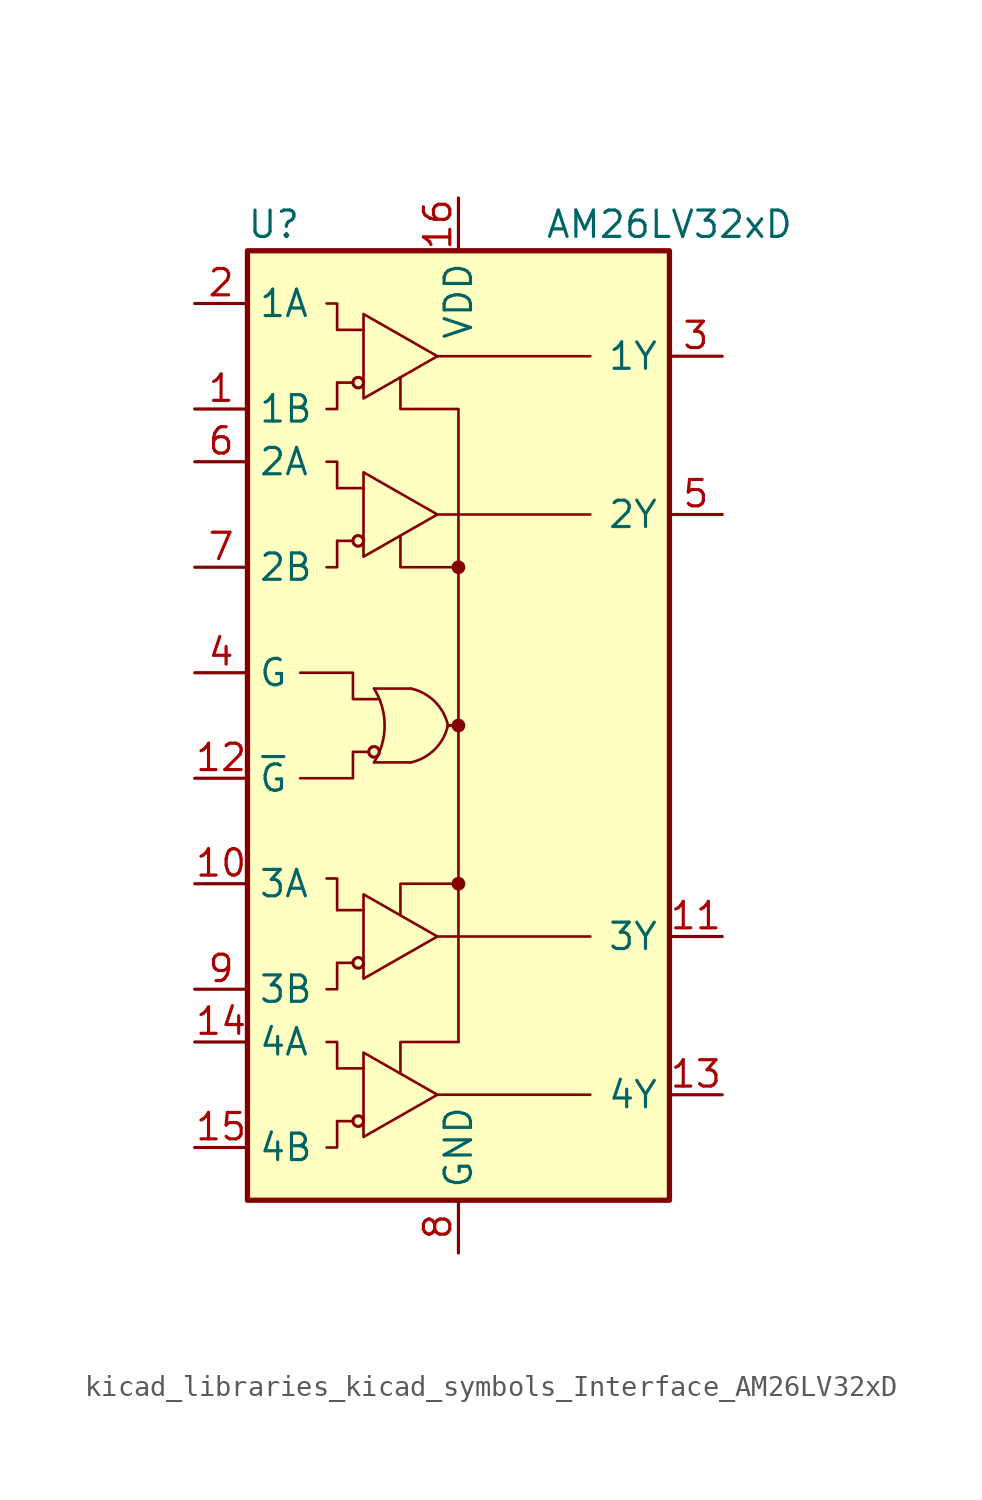
<source format=kicad_sym>
(kicad_symbol_lib
  (version 20220914)
  (generator kicad_symbol_editor)
  (symbol "kicad_libraries_kicad_symbols_Interface_AM26LV32xD"
    (property "Reference" "U"
      (at -8.89 24.13 0)
      (effects (font (size 1.27 1.27))))
    (property "Value" "AM26LV32xD"
      (at 10.16 24.13 0)
      (effects (font (size 1.27 1.27))))
    (symbol "kicad_libraries_kicad_symbols_Interface_AM26LV32xD_0_1"
      (rectangle (start -10.16 22.86) (end 10.16 -22.86) (stroke (width 0.254) (type default)) (fill (type background)))
      (circle (center -4.826 16.51) (radius 0.254) (stroke (width 0) (type default)) (fill (type none)))
      (arc (start -4.064 -1.778) (mid -3.5541 0) (end -4.064 1.778) (stroke (width 0.127) (type default)) (fill (type none)))
      (circle (center -4.064 -1.27) (radius 0.254) (stroke (width 0) (type default)) (fill (type none)))
      (arc (start -2.286 -1.778) (mid -1.1381 -1.1479) (end -0.508 0) (stroke (width 0.127) (type default)) (fill (type none)))
      (arc (start -0.508 0) (mid -1.1381 1.1479) (end -2.286 1.778) (stroke (width 0.127) (type default)) (fill (type none)))
      (circle (center 0 -7.62) (radius 0.254) (stroke (width 0) (type default)) (fill (type outline)))
      (polyline (pts (xy -5.842 16.51) (xy -5.08 16.51)) (stroke (width 0.127) (type default)) (fill (type none)))
      (polyline (pts (xy -5.842 19.05) (xy -4.572 19.05)) (stroke (width 0.127) (type default)) (fill (type none)))
      (polyline (pts (xy -4.064 -1.778) (xy -2.286 -1.778)) (stroke (width 0.127) (type default)) (fill (type none)))
      (polyline (pts (xy -2.286 1.778) (xy -4.064 1.778)) (stroke (width 0.127) (type default)) (fill (type none)))
      (polyline (pts (xy -1.016 -17.78) (xy 6.35 -17.78)) (stroke (width 0.127) (type default)) (fill (type none)))
      (polyline (pts (xy -1.016 -10.16) (xy 6.35 -10.16)) (stroke (width 0.127) (type default)) (fill (type none)))
      (polyline (pts (xy -1.016 10.16) (xy 6.35 10.16)) (stroke (width 0.127) (type default)) (fill (type none)))
      (polyline (pts (xy -1.016 17.78) (xy 6.35 17.78)) (stroke (width 0.127) (type default)) (fill (type none)))
      (polyline (pts (xy -0.508 0) (xy 0 0)) (stroke (width 0) (type default)) (fill (type none)))
      (polyline (pts (xy 0 0) (xy 0 -15.24)) (stroke (width 0.127) (type default)) (fill (type none)))
      (polyline (pts (xy 0 7.62) (xy 0 0)) (stroke (width 0.127) (type default)) (fill (type none)))
      (polyline (pts (xy -5.842 -19.05) (xy -5.842 -20.32) (xy -6.35 -20.32)) (stroke (width 0.127) (type default)) (fill (type none)))
      (polyline (pts (xy -5.842 -16.51) (xy -5.842 -15.24) (xy -6.35 -15.24)) (stroke (width 0.127) (type default)) (fill (type none)))
      (polyline (pts (xy -5.842 -11.43) (xy -5.842 -12.7) (xy -6.35 -12.7)) (stroke (width 0.127) (type default)) (fill (type none)))
      (polyline (pts (xy -5.842 -8.89) (xy -5.842 -7.366) (xy -6.35 -7.366)) (stroke (width 0.127) (type default)) (fill (type none)))
      (polyline (pts (xy -5.842 8.89) (xy -5.842 7.62) (xy -6.35 7.62)) (stroke (width 0.127) (type default)) (fill (type none)))
      (polyline (pts (xy -5.842 11.43) (xy -5.842 12.7) (xy -6.35 12.7)) (stroke (width 0.127) (type default)) (fill (type none)))
      (polyline (pts (xy -5.842 19.05) (xy -5.842 20.32) (xy -6.35 20.32)) (stroke (width 0.127) (type default)) (fill (type none)))
      (polyline (pts (xy 0 -15.24) (xy -2.794 -15.24) (xy -2.794 -16.764)) (stroke (width 0.127) (type default)) (fill (type none)))
      (polyline (pts (xy 0 -7.62) (xy -2.794 -7.62) (xy -2.794 -9.144)) (stroke (width 0.127) (type default)) (fill (type none)))
      (polyline (pts (xy 0 7.62) (xy -2.794 7.62) (xy -2.794 9.144)) (stroke (width 0.127) (type default)) (fill (type none)))
      (polyline (pts (xy -7.62 2.54) (xy -5.08 2.54) (xy -5.08 1.27) (xy -3.81 1.27)) (stroke (width 0.127) (type default)) (fill (type none)))
      (polyline (pts (xy -5.842 16.51) (xy -5.842 15.24) (xy -6.096 15.24) (xy -6.35 15.24)) (stroke (width 0.127) (type default)) (fill (type none)))
      (polyline (pts (xy -4.572 19.812) (xy -4.572 15.748) (xy -1.016 17.78) (xy -4.572 19.812)) (stroke (width 0.127) (type default)) (fill (type none)))
      (polyline (pts (xy -4.318 -1.27) (xy -5.08 -1.27) (xy -5.08 -2.54) (xy -7.62 -2.54)) (stroke (width 0.127) (type default)) (fill (type none)))
      (polyline (pts (xy 0 7.62) (xy 0 15.24) (xy -2.794 15.24) (xy -2.794 16.764)) (stroke (width 0.127) (type default)) (fill (type none)))
      (circle (center 0 0) (radius 0.254) (stroke (width 0) (type default)) (fill (type outline)))
      (circle (center 0 7.62) (radius 0.254) (stroke (width 0) (type default)) (fill (type outline))))
    (symbol "kicad_libraries_kicad_symbols_Interface_AM26LV32xD_1_1"
      (circle (center -4.826 -19.05) (radius 0.254) (stroke (width 0) (type default)) (fill (type none)))
      (circle (center -4.826 -11.43) (radius 0.254) (stroke (width 0) (type default)) (fill (type none)))
      (circle (center -4.826 8.89) (radius 0.254) (stroke (width 0) (type default)) (fill (type none)))
      (polyline (pts (xy -5.842 -19.05) (xy -5.08 -19.05)) (stroke (width 0.127) (type default)) (fill (type none)))
      (polyline (pts (xy -5.842 -16.51) (xy -4.572 -16.51)) (stroke (width 0.127) (type default)) (fill (type none)))
      (polyline (pts (xy -5.842 -11.43) (xy -5.08 -11.43)) (stroke (width 0.127) (type default)) (fill (type none)))
      (polyline (pts (xy -5.842 -8.89) (xy -4.572 -8.89)) (stroke (width 0.127) (type default)) (fill (type none)))
      (polyline (pts (xy -5.842 8.89) (xy -5.08 8.89)) (stroke (width 0.127) (type default)) (fill (type none)))
      (polyline (pts (xy -5.842 11.43) (xy -4.572 11.43)) (stroke (width 0.127) (type default)) (fill (type none)))
      (polyline (pts (xy -4.572 -15.748) (xy -4.572 -19.812) (xy -1.016 -17.78) (xy -4.572 -15.748)) (stroke (width 0.127) (type default)) (fill (type none)))
      (polyline (pts (xy -4.572 -8.128) (xy -4.572 -12.192) (xy -1.016 -10.16) (xy -4.572 -8.128)) (stroke (width 0.127) (type default)) (fill (type none)))
      (polyline (pts (xy -4.572 12.192) (xy -4.572 8.128) (xy -1.016 10.16) (xy -4.572 12.192)) (stroke (width 0.127) (type default)) (fill (type none)))
      (pin input line (at -12.7 15.24 0) (length 2.54) (name "1B" (effects (font (size 1.27 1.27)))) (number "1" (effects (font (size 1.27 1.27)))))
      (pin input line (at -12.7 -7.62 0) (length 2.54) (name "3A" (effects (font (size 1.27 1.27)))) (number "10" (effects (font (size 1.27 1.27)))))
      (pin tri_state line (at 12.7 -10.16 180) (length 2.54) (name "3Y" (effects (font (size 1.27 1.27)))) (number "11" (effects (font (size 1.27 1.27)))))
      (pin input line (at -12.7 -2.54 0) (length 2.54) (name "~{G}" (effects (font (size 1.27 1.27)))) (number "12" (effects (font (size 1.27 1.27)))))
      (pin tri_state line (at 12.7 -17.78 180) (length 2.54) (name "4Y" (effects (font (size 1.27 1.27)))) (number "13" (effects (font (size 1.27 1.27)))))
      (pin input line (at -12.7 -15.24 0) (length 2.54) (name "4A" (effects (font (size 1.27 1.27)))) (number "14" (effects (font (size 1.27 1.27)))))
      (pin input line (at -12.7 -20.32 0) (length 2.54) (name "4B" (effects (font (size 1.27 1.27)))) (number "15" (effects (font (size 1.27 1.27)))))
      (pin power_in line (at 0 25.4 270) (length 2.54) (name "VDD" (effects (font (size 1.27 1.27)))) (number "16" (effects (font (size 1.27 1.27)))))
      (pin input line (at -12.7 20.32 0) (length 2.54) (name "1A" (effects (font (size 1.27 1.27)))) (number "2" (effects (font (size 1.27 1.27)))))
      (pin tri_state line (at 12.7 17.78 180) (length 2.54) (name "1Y" (effects (font (size 1.27 1.27)))) (number "3" (effects (font (size 1.27 1.27)))))
      (pin input line (at -12.7 2.54 0) (length 2.54) (name "G" (effects (font (size 1.27 1.27)))) (number "4" (effects (font (size 1.27 1.27)))))
      (pin tri_state line (at 12.7 10.16 180) (length 2.54) (name "2Y" (effects (font (size 1.27 1.27)))) (number "5" (effects (font (size 1.27 1.27)))))
      (pin input line (at -12.7 12.7 0) (length 2.54) (name "2A" (effects (font (size 1.27 1.27)))) (number "6" (effects (font (size 1.27 1.27)))))
      (pin input line (at -12.7 7.62 0) (length 2.54) (name "2B" (effects (font (size 1.27 1.27)))) (number "7" (effects (font (size 1.27 1.27)))))
      (pin power_in line (at 0 -25.4 90) (length 2.54) (name "GND" (effects (font (size 1.27 1.27)))) (number "8" (effects (font (size 1.27 1.27)))))
      (pin input line (at -12.7 -12.7 0) (length 2.54) (name "3B" (effects (font (size 1.27 1.27)))) (number "9" (effects (font (size 1.27 1.27))))))))
</source>
